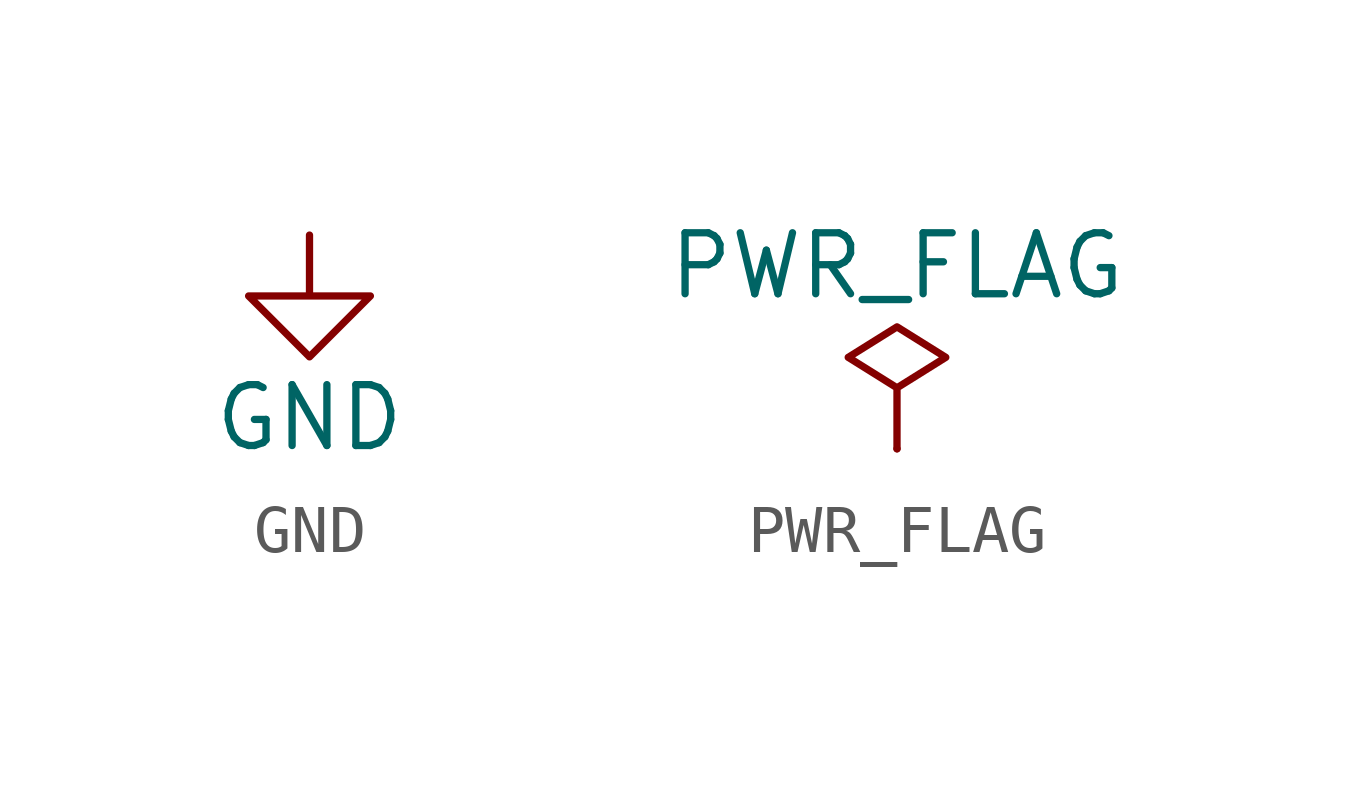
<source format=kicad_sym>
(kicad_symbol_lib
  (version 20220914)
  (generator KiBot)
  (symbol "power:GND"
    (power)
    (pin_names
      (offset 0))
    (property "Reference" "#PWR"
      (at 0 -6.35 0)
      (effects (font (size 1.27 1.27)) (hide yes)))
    (property "Value" "GND"
      (at 0 -3.81 0)
      (effects (font (size 1.27 1.27))))
    (symbol "GND_0_1"
      (polyline (pts (xy 0 0) (xy 0 -1.27) (xy 1.27 -1.27) (xy 0 -2.54) (xy -1.27 -1.27) (xy 0 -1.27)) (stroke (width 0) (type default)) (fill (type none))))
    (symbol "GND_1_1"
      (pin power_in line (at 0 0 270) (length 0) hide (name "GND" (effects (font (size 1.27 1.27)))) (number "1" (effects (font (size 1.27 1.27)))))))
  (symbol "power:PWR_FLAG"
    (power)
    (pin_numbers hide)
    (pin_names
      (offset 0) hide)
    (property "Reference" "#FLG"
      (at 0 1.905 0)
      (effects (font (size 1.27 1.27)) (hide yes)))
    (property "Value" "PWR_FLAG"
      (at 0 3.81 0)
      (effects (font (size 1.27 1.27))))
    (symbol "PWR_FLAG_0_0"
      (pin power_out line (at 0 0 90) (length 0) (name "~" (effects (font (size 1.27 1.27)))) (number "1" (effects (font (size 1.27 1.27))))))
    (symbol "PWR_FLAG_0_1"
      (polyline (pts (xy 0 0) (xy 0 1.27) (xy -1.016 1.905) (xy 0 2.54) (xy 1.016 1.905) (xy 0 1.27)) (stroke (width 0) (type default)) (fill (type none))))))
</source>
